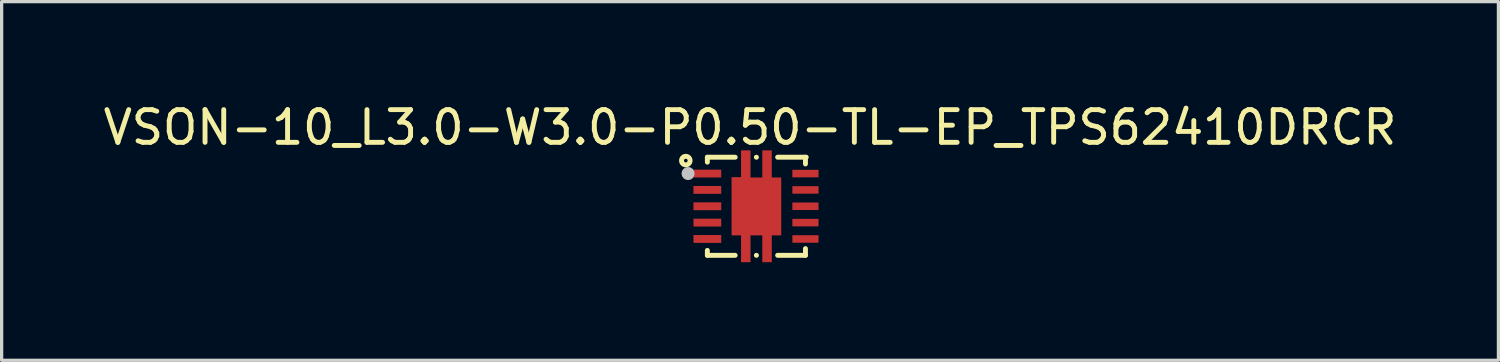
<source format=kicad_pcb>
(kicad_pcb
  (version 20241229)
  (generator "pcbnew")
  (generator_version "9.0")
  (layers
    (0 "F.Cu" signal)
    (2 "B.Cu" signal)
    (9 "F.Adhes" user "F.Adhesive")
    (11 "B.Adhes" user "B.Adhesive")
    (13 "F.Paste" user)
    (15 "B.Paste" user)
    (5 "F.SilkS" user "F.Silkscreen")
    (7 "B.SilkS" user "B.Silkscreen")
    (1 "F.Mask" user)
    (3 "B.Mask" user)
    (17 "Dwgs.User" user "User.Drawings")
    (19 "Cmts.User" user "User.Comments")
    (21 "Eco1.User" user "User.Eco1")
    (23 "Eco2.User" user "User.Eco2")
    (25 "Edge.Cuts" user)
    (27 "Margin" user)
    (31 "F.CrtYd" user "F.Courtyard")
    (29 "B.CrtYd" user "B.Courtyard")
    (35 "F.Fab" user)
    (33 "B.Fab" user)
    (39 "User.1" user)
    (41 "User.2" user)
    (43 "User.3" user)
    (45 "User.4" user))
  (footprint "VSON-10_L3.0-W3.0-P0.50-TL-EP_TPS62410DRCR"
    (layer "F.Cu")
    (at 20.082 3.258)
    (property "Reference" "VSON-10_L3.0-W3.0-P0.50-TL-EP_TPS62410DRCR" (at -0.195 -2.41 0) (layer "F.SilkS") (effects (font (size 1 1) (thickness 0.15))))
    (fp_line (start -1.5 -1.5) (end -1.5 -1.349) (stroke (width 0.15) (type default)) (layer "F.SilkS"))
    (fp_line (start -1.5 -1.5) (end -0.649 -1.5) (stroke (width 0.15) (type default)) (layer "F.SilkS"))
    (fp_line (start -1.5 1.349) (end -1.5 1.5) (stroke (width 0.15) (type default)) (layer "F.SilkS"))
    (fp_line (start -0.649 1.5) (end -1.5 1.5) (stroke (width 0.15) (type default)) (layer "F.SilkS"))
    (fp_line (start -0.001 -1.5) (end 0.001 -1.5) (stroke (width 0.15) (type default)) (layer "F.SilkS"))
    (fp_line (start 0.001 1.5) (end -0.001 1.5) (stroke (width 0.15) (type default)) (layer "F.SilkS"))
    (fp_line (start 0.649 -1.5) (end 1.524 -1.5) (stroke (width 0.15) (type default)) (layer "F.SilkS"))
    (fp_line (start 1.5 -1.5) (end 1.5 -1.294) (stroke (width 0.15) (type default)) (layer "F.SilkS"))
    (fp_line (start 1.5 1.294) (end 1.5 1.5) (stroke (width 0.15) (type default)) (layer "F.SilkS"))
    (fp_line (start 1.5 1.5) (end 0.649 1.5) (stroke (width 0.15) (type default)) (layer "F.SilkS"))
    (fp_circle (center -2.159 -1.397) (end -2.103 -1.397) (stroke (width 0.15) (type default)) (fill no) (layer "F.SilkS"))
    (fp_circle (center -2.09 -1.001) (end -1.99 -1.001) (stroke (width 0.2) (type default)) (fill no) (layer "Dwgs.User"))
    (fp_poly (pts (xy -1.475 -0.88) (xy -1.475 -1.12) (xy -1.075 -1.12) (xy -1.075 -0.88)) (stroke (width 0.1) (type default)) (fill no) (layer "User.1"))
    (fp_poly (pts (xy -1.475 -0.38) (xy -1.475 -0.62) (xy -1.075 -0.62) (xy -1.075 -0.38)) (stroke (width 0.1) (type default)) (fill no) (layer "User.1"))
    (fp_poly (pts (xy -1.475 0.12) (xy -1.475 -0.12) (xy -1.075 -0.12) (xy -1.075 0.12)) (stroke (width 0.1) (type default)) (fill no) (layer "User.1"))
    (fp_poly (pts (xy -1.475 0.62) (xy -1.475 0.38) (xy -1.075 0.38) (xy -1.075 0.62)) (stroke (width 0.1) (type default)) (fill no) (layer "User.1"))
    (fp_poly (pts (xy -1.075 0.88) (xy -1.075 1.12) (xy -1.475 1.12) (xy -1.475 0.88)) (stroke (width 0.1) (type default)) (fill no) (layer "User.1"))
    (fp_poly (pts (xy 1.1 -0.88) (xy 1.1 -1.12) (xy 1.5 -1.12) (xy 1.5 -0.88)) (stroke (width 0.1) (type default)) (fill no) (layer "User.1"))
    (fp_poly (pts (xy 1.1 -0.38) (xy 1.1 -0.62) (xy 1.5 -0.62) (xy 1.5 -0.38)) (stroke (width 0.1) (type default)) (fill no) (layer "User.1"))
    (fp_poly (pts (xy 1.5 -0.12) (xy 1.5 0.12) (xy 1.1 0.12) (xy 1.1 -0.12)) (stroke (width 0.1) (type default)) (fill no) (layer "User.1"))
    (fp_poly (pts (xy 1.5 0.38) (xy 1.5 0.62) (xy 1.1 0.62) (xy 1.1 0.38)) (stroke (width 0.1) (type default)) (fill no) (layer "User.1"))
    (fp_poly (pts (xy 1.5 0.88) (xy 1.5 1.12) (xy 1.1 1.12) (xy 1.1 0.88)) (stroke (width 0.1) (type default)) (fill no) (layer "User.1"))
    (fp_poly (pts (xy -0.76 -0.89) (xy -0.47 -0.89) (xy -0.47 -1.496) (xy -0.321 -1.496) (xy -0.188 -1.496) (xy -0.18 -0.88) (xy 0.18 -0.88) (xy 0.184 -1.496) (xy 0.32 -1.494) (xy 0.465 -1.496) (xy 0.47 -0.88) (xy 0.76 -0.88) (xy 0.76 0.89) (xy 0.47 0.89) (xy 0.468 1.502) (xy 0.32 1.502) (xy 0.185 1.503) (xy 0.18 0.89) (xy -0.18 0.89) (xy -0.191 1.503) (xy -0.329 1.503) (xy -0.467 1.502) (xy -0.47 0.89) (xy -0.76 0.89)) (stroke (width 0.1) (type default)) (fill no) (layer "User.1"))
    (fp_line (start -1.5 -1.495) (end 1.5 -1.495) (stroke (width 0.051) (type default)) (layer "User.2"))
    (fp_line (start -1.5 1.505) (end -1.5 -1.495) (stroke (width 0.051) (type default)) (layer "User.2"))
    (fp_line (start 1.5 -1.495) (end 1.5 1.505) (stroke (width 0.051) (type default)) (layer "User.2"))
    (fp_line (start 1.5 1.505) (end -1.5 1.505) (stroke (width 0.051) (type default)) (layer "User.2"))
    (fp_poly (pts (xy -1.352 -1.465) (xy -1.367 -1.501) (xy -1.394 -1.528) (xy -1.43 -1.543) (xy -1.47 -1.543) (xy -1.506 -1.528) (xy -1.533 -1.501) (xy -1.548 -1.465) (xy -1.548 -1.425) (xy -1.533 -1.389) (xy -1.506 -1.362) (xy -1.47 -1.347) (xy -1.43 -1.347) (xy -1.394 -1.362) (xy -1.367 -1.389) (xy -1.352 -1.425)) (stroke (width 0.1) (type default)) (fill no) (layer "User.3"))
    (pad "1" smd rect (at -1.5 -1 270) (size 0.24 0.85) (layers "F.Cu" "F.Mask" "F.Paste"))
    (pad "2" smd rect (at -1.5 -0.5 270) (size 0.24 0.85) (layers "F.Cu" "F.Mask" "F.Paste"))
    (pad "3" smd rect (at -1.5 0 270) (size 0.24 0.85) (layers "F.Cu" "F.Mask" "F.Paste"))
    (pad "4" smd rect (at -1.5 0.5 270) (size 0.24 0.85) (layers "F.Cu" "F.Mask" "F.Paste"))
    (pad "5" smd rect (at -1.5 1 90) (size 0.24 0.85) (layers "F.Cu" "F.Mask" "F.Paste"))
    (pad "6" smd rect (at 1.5 1 90) (size 0.23 0.8) (layers "F.Cu" "F.Mask" "F.Paste"))
    (pad "7" smd rect (at 1.5 0.5 90) (size 0.23 0.8) (layers "F.Cu" "F.Mask" "F.Paste"))
    (pad "8" smd rect (at 1.5 0 90) (size 0.23 0.8) (layers "F.Cu" "F.Mask" "F.Paste"))
    (pad "9" smd rect (at 1.5 -0.5 270) (size 0.23 0.8) (layers "F.Cu" "F.Mask" "F.Paste"))
    (pad "10" smd rect (at 1.5 -1 270) (size 0.23 0.8) (layers "F.Cu" "F.Mask" "F.Paste"))
    (pad "11" smd custom (at 0 0.005) (size 0.000001 0.000001) (layers "F.Cu" "F.Mask" "F.Paste") (options (anchor circle)) (primitives (gr_poly (pts (xy -0.76 -0.895) (xy -0.47 -0.895) (xy -0.47 -1.715) (xy -0.18 -1.715) (xy -0.18 -0.885) (xy 0.18 -0.885) (xy 0.18 -1.715) (xy 0.47 -1.715) (xy 0.47 -0.885) (xy 0.76 -0.885) (xy 0.76 0.885) (xy 0.47 0.885) (xy 0.47 1.705) (xy 0.18 1.705) (xy 0.18 0.885) (xy -0.18 0.885) (xy -0.18 1.705) (xy -0.47 1.705) (xy -0.47 0.885) (xy -0.76 0.885)) (width 0) (fill yes)))))
  (gr_rect
    (start -3 -3)
    (end 42.774 7.968)
    (stroke (width 0.1) (type default))
    (fill no)
    (layer "Edge.Cuts")))
</source>
